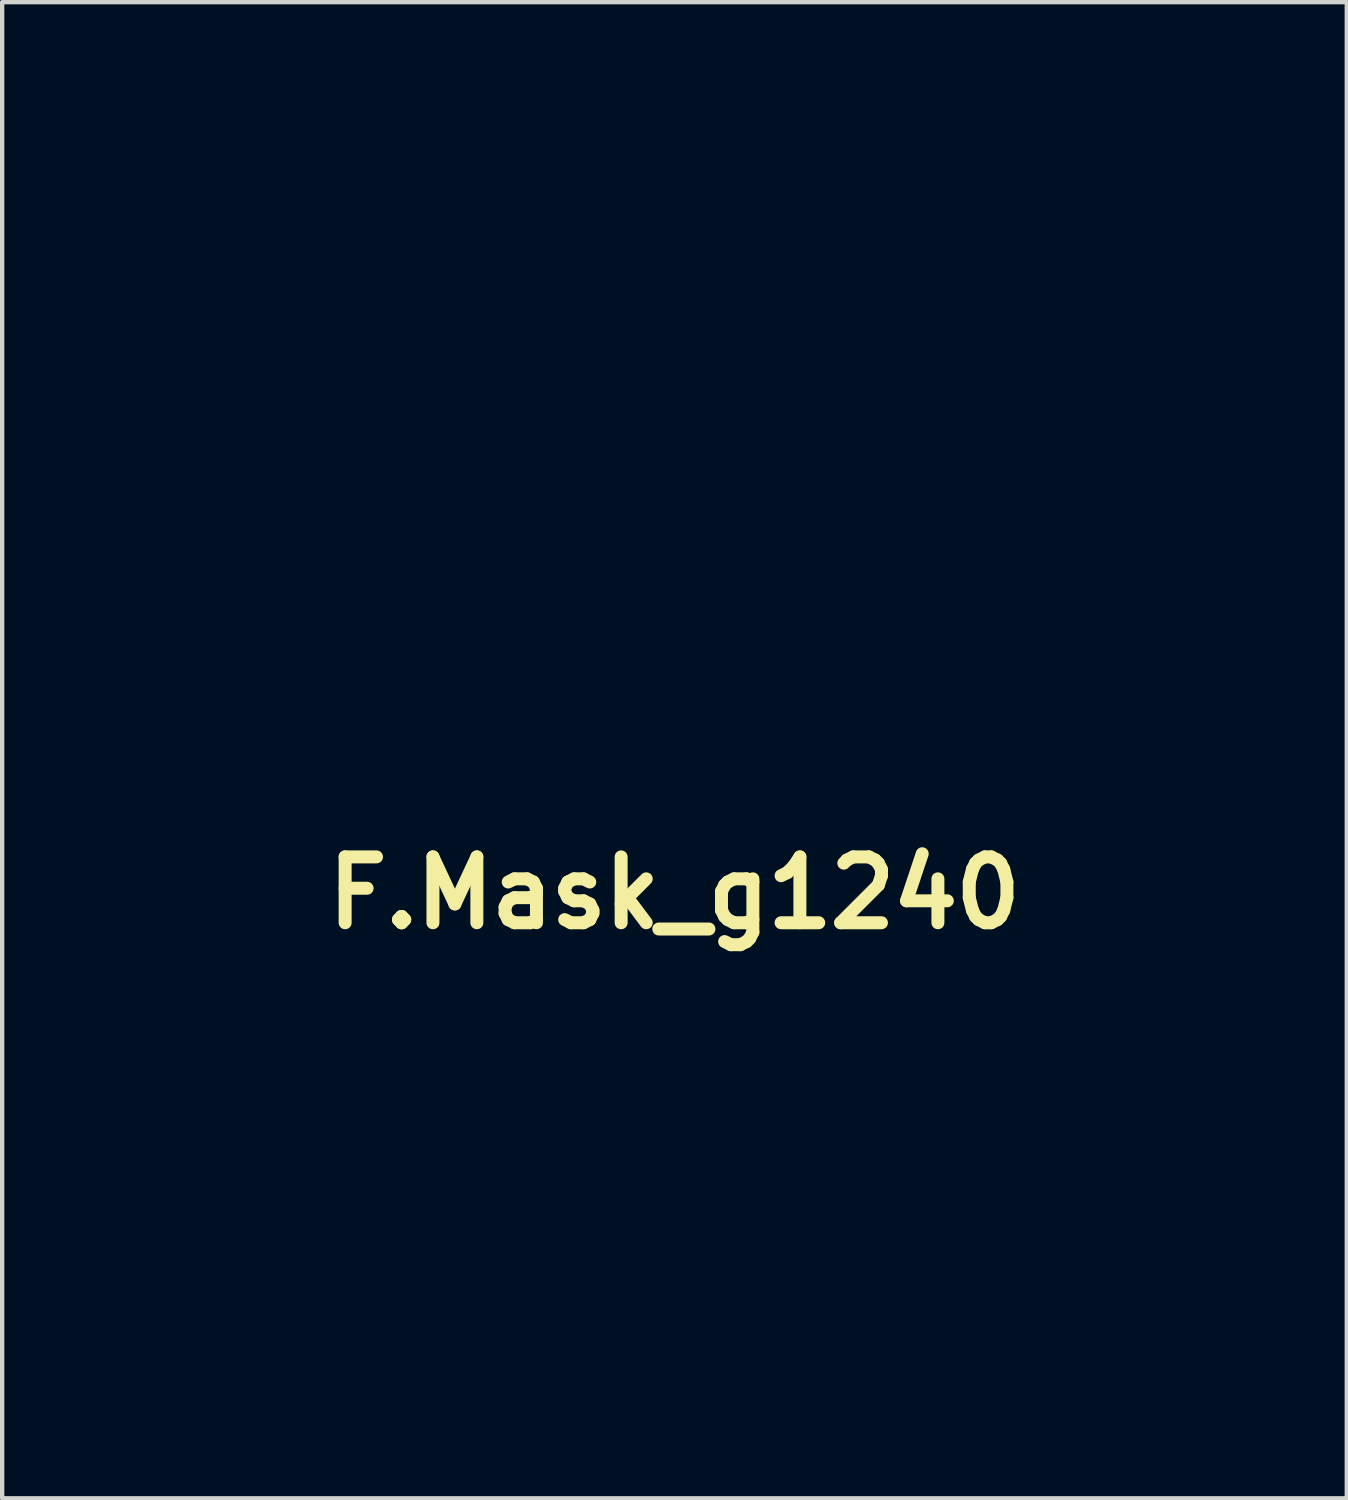
<source format=kicad_pcb>
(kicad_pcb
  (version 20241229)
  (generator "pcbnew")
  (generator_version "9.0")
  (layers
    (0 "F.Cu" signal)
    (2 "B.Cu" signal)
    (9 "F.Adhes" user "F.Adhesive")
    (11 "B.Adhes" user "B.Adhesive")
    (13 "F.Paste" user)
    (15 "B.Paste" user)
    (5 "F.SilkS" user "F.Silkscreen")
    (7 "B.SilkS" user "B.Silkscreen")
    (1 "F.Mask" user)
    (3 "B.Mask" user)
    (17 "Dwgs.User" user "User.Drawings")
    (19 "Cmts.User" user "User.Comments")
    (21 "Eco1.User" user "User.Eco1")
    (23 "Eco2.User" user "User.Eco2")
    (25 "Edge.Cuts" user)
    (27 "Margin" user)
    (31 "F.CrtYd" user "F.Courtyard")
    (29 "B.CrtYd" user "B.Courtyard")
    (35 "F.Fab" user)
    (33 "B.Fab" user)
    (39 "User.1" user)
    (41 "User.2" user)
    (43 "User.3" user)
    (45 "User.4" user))
  (footprint "F.Mask_g1240"
    (layer "F.Cu")
    (at 12.556 17.612)
    (property "Reference" "F.Mask_g1240" (at 0 0 0) (layer "F.SilkS") (effects (font (size 1.524 1.524) (thickness 0.3))))
    (attr through_hole)
    (fp_poly (pts (xy 9.099 5.47) (xy 9.109 5.477) (xy 9.11 5.504) (xy 9.102 5.562) (xy 9.088 5.641) (xy 9.078 5.694) (xy 9.061 5.778) (xy 9.038 5.894) (xy 9.012 6.031) (xy 8.983 6.178) (xy 8.955 6.326) (xy 8.953 6.338) (xy 8.926 6.473) (xy 8.901 6.592) (xy 8.878 6.689) (xy 8.859 6.759) (xy 8.845 6.795) (xy 8.843 6.798) (xy 8.801 6.811) (xy 8.747 6.815) (xy 8.702 6.808) (xy 8.692 6.802) (xy 8.682 6.772) (xy 8.679 6.733) (xy 8.683 6.689) (xy 8.693 6.613) (xy 8.71 6.511) (xy 8.731 6.389) (xy 8.755 6.255) (xy 8.781 6.114) (xy 8.807 5.974) (xy 8.834 5.84) (xy 8.858 5.719) (xy 8.88 5.617) (xy 8.897 5.542) (xy 8.909 5.498) (xy 8.912 5.491) (xy 8.946 5.473) (xy 9 5.463) (xy 9.057 5.461) (xy 9.099 5.47)) (stroke (width 0.01) (type solid)) (fill yes) (layer "F.Mask"))
    (fp_poly (pts (xy 8.299 5.474) (xy 8.333 5.484) (xy 8.422 5.536) (xy 8.501 5.618) (xy 8.56 5.715) (xy 8.591 5.816) (xy 8.594 5.851) (xy 8.588 5.904) (xy 8.566 5.93) (xy 8.539 5.94) (xy 8.464 5.942) (xy 8.409 5.908) (xy 8.377 5.839) (xy 8.374 5.821) (xy 8.344 5.728) (xy 8.286 5.667) (xy 8.2 5.635) (xy 8.134 5.63) (xy 8.02 5.642) (xy 7.931 5.682) (xy 7.857 5.756) (xy 7.83 5.796) (xy 7.767 5.919) (xy 7.72 6.059) (xy 7.691 6.205) (xy 7.682 6.345) (xy 7.695 6.468) (xy 7.714 6.53) (xy 7.768 6.611) (xy 7.844 6.662) (xy 7.933 6.684) (xy 8.026 6.676) (xy 8.116 6.637) (xy 8.192 6.568) (xy 8.205 6.55) (xy 8.28 6.453) (xy 8.347 6.395) (xy 8.411 6.372) (xy 8.423 6.371) (xy 8.474 6.38) (xy 8.501 6.401) (xy 8.498 6.441) (xy 8.474 6.502) (xy 8.435 6.575) (xy 8.385 6.647) (xy 8.37 6.666) (xy 8.278 6.746) (xy 8.16 6.806) (xy 8.029 6.843) (xy 7.896 6.853) (xy 7.776 6.834) (xy 7.761 6.828) (xy 7.653 6.767) (xy 7.571 6.671) (xy 7.514 6.542) (xy 7.482 6.379) (xy 7.478 6.33) (xy 7.482 6.146) (xy 7.518 5.972) (xy 7.583 5.814) (xy 7.673 5.678) (xy 7.787 5.569) (xy 7.895 5.505) (xy 7.983 5.478) (xy 8.091 5.463) (xy 8.203 5.462) (xy 8.299 5.474)) (stroke (width 0.01) (type solid)) (fill yes) (layer "F.Mask"))
    (fp_poly (pts (xy 10.049 5.469) (xy 10.164 5.521) (xy 10.257 5.605) (xy 10.275 5.629) (xy 10.325 5.711) (xy 10.356 5.79) (xy 10.372 5.881) (xy 10.376 5.999) (xy 10.376 6.003) (xy 10.359 6.213) (xy 10.307 6.397) (xy 10.221 6.557) (xy 10.109 6.685) (xy 10.009 6.766) (xy 9.916 6.817) (xy 9.813 6.844) (xy 9.737 6.852) (xy 9.652 6.855) (xy 9.589 6.847) (xy 9.53 6.824) (xy 9.504 6.811) (xy 9.4 6.733) (xy 9.323 6.625) (xy 9.275 6.487) (xy 9.253 6.317) (xy 9.253 6.283) (xy 9.449 6.283) (xy 9.453 6.392) (xy 9.484 6.511) (xy 9.541 6.602) (xy 9.618 6.661) (xy 9.71 6.686) (xy 9.814 6.672) (xy 9.848 6.66) (xy 9.941 6.599) (xy 10.023 6.502) (xy 10.088 6.382) (xy 10.118 6.31) (xy 10.137 6.239) (xy 10.149 6.155) (xy 10.156 6.042) (xy 10.155 5.895) (xy 10.138 5.784) (xy 10.099 5.705) (xy 10.037 5.655) (xy 9.949 5.63) (xy 9.831 5.626) (xy 9.816 5.627) (xy 9.756 5.647) (xy 9.687 5.696) (xy 9.619 5.765) (xy 9.56 5.843) (xy 9.528 5.902) (xy 9.49 6.018) (xy 9.462 6.151) (xy 9.449 6.283) (xy 9.253 6.283) (xy 9.254 6.191) (xy 9.26 6.088) (xy 9.272 6.01) (xy 9.293 5.942) (xy 9.326 5.868) (xy 9.329 5.861) (xy 9.404 5.728) (xy 9.482 5.628) (xy 9.571 5.553) (xy 9.645 5.511) (xy 9.783 5.463) (xy 9.92 5.449) (xy 10.049 5.469)) (stroke (width 0.01) (type solid)) (fill yes) (layer "F.Mask"))
    (fp_poly (pts (xy 2.434 5.525) (xy 2.43 5.561) (xy 2.414 5.587) (xy 2.38 5.605) (xy 2.322 5.615) (xy 2.235 5.62) (xy 2.113 5.62) (xy 2.079 5.62) (xy 1.977 5.62) (xy 1.89 5.622) (xy 1.827 5.626) (xy 1.797 5.632) (xy 1.797 5.632) (xy 1.784 5.656) (xy 1.767 5.711) (xy 1.746 5.785) (xy 1.726 5.868) (xy 1.709 5.948) (xy 1.698 6.014) (xy 1.694 6.048) (xy 1.707 6.06) (xy 1.75 6.068) (xy 1.827 6.075) (xy 1.942 6.079) (xy 1.963 6.079) (xy 2.075 6.082) (xy 2.15 6.086) (xy 2.198 6.092) (xy 2.224 6.101) (xy 2.235 6.114) (xy 2.238 6.128) (xy 2.24 6.168) (xy 2.228 6.197) (xy 2.198 6.216) (xy 2.143 6.228) (xy 2.058 6.236) (xy 1.937 6.24) (xy 1.927 6.241) (xy 1.814 6.243) (xy 1.736 6.246) (xy 1.685 6.256) (xy 1.654 6.278) (xy 1.636 6.319) (xy 1.624 6.384) (xy 1.611 6.478) (xy 1.609 6.488) (xy 1.596 6.572) (xy 1.584 6.648) (xy 1.576 6.697) (xy 1.561 6.752) (xy 1.542 6.787) (xy 1.508 6.805) (xy 1.453 6.814) (xy 1.395 6.814) (xy 1.353 6.803) (xy 1.344 6.795) (xy 1.343 6.761) (xy 1.352 6.736) (xy 1.361 6.706) (xy 1.375 6.639) (xy 1.393 6.543) (xy 1.414 6.422) (xy 1.437 6.284) (xy 1.461 6.138) (xy 1.486 5.986) (xy 1.509 5.846) (xy 1.531 5.724) (xy 1.55 5.625) (xy 1.565 5.556) (xy 1.574 5.524) (xy 1.599 5.472) (xy 2.016 5.466) (xy 2.434 5.46) (xy 2.434 5.525)) (stroke (width 0.01) (type solid)) (fill yes) (layer "F.Mask"))
    (fp_poly (pts (xy 3.583 5.463) (xy 3.608 5.473) (xy 3.611 5.498) (xy 3.607 5.519) (xy 3.6 5.557) (xy 3.587 5.629) (xy 3.569 5.729) (xy 3.548 5.85) (xy 3.524 5.984) (xy 3.515 6.038) (xy 3.485 6.2) (xy 3.46 6.327) (xy 3.438 6.424) (xy 3.418 6.497) (xy 3.398 6.551) (xy 3.377 6.594) (xy 3.376 6.595) (xy 3.293 6.698) (xy 3.182 6.778) (xy 3.053 6.832) (xy 2.917 6.856) (xy 2.783 6.846) (xy 2.752 6.838) (xy 2.629 6.786) (xy 2.539 6.712) (xy 2.481 6.614) (xy 2.453 6.489) (xy 2.454 6.335) (xy 2.458 6.295) (xy 2.47 6.21) (xy 2.487 6.104) (xy 2.507 5.986) (xy 2.529 5.864) (xy 2.551 5.747) (xy 2.571 5.644) (xy 2.589 5.564) (xy 2.602 5.515) (xy 2.604 5.509) (xy 2.626 5.477) (xy 2.667 5.463) (xy 2.71 5.461) (xy 2.774 5.468) (xy 2.806 5.488) (xy 2.807 5.49) (xy 2.806 5.519) (xy 2.799 5.583) (xy 2.786 5.675) (xy 2.768 5.787) (xy 2.746 5.914) (xy 2.742 5.932) (xy 2.711 6.105) (xy 2.689 6.242) (xy 2.675 6.348) (xy 2.669 6.429) (xy 2.672 6.49) (xy 2.682 6.536) (xy 2.701 6.574) (xy 2.726 6.606) (xy 2.803 6.662) (xy 2.896 6.685) (xy 2.995 6.673) (xy 3.048 6.651) (xy 3.112 6.608) (xy 3.162 6.555) (xy 3.203 6.483) (xy 3.238 6.388) (xy 3.269 6.261) (xy 3.291 6.149) (xy 3.313 6.024) (xy 3.334 5.897) (xy 3.352 5.782) (xy 3.364 5.693) (xy 3.365 5.686) (xy 3.378 5.603) (xy 3.393 5.535) (xy 3.408 5.494) (xy 3.41 5.49) (xy 3.446 5.471) (xy 3.506 5.462) (xy 3.526 5.461) (xy 3.583 5.463)) (stroke (width 0.01) (type solid)) (fill yes) (layer "F.Mask"))
    (fp_poly (pts (xy 6.962 5.462) (xy 6.984 5.469) (xy 7.003 5.486) (xy 7.02 5.52) (xy 7.038 5.575) (xy 7.06 5.656) (xy 7.086 5.769) (xy 7.112 5.884) (xy 7.133 5.979) (xy 7.157 6.093) (xy 7.182 6.218) (xy 7.207 6.347) (xy 7.23 6.472) (xy 7.251 6.585) (xy 7.267 6.679) (xy 7.278 6.746) (xy 7.281 6.778) (xy 7.262 6.788) (xy 7.215 6.794) (xy 7.187 6.795) (xy 7.148 6.795) (xy 7.121 6.793) (xy 7.101 6.782) (xy 7.085 6.754) (xy 7.069 6.704) (xy 7.048 6.626) (xy 7.025 6.535) (xy 7.005 6.456) (xy 6.5 6.456) (xy 6.399 6.625) (xy 6.298 6.795) (xy 6.195 6.795) (xy 6.13 6.791) (xy 6.102 6.779) (xy 6.102 6.768) (xy 6.119 6.732) (xy 6.154 6.666) (xy 6.203 6.577) (xy 6.263 6.468) (xy 6.332 6.345) (xy 6.375 6.269) (xy 6.586 6.269) (xy 6.602 6.276) (xy 6.649 6.282) (xy 6.716 6.285) (xy 6.792 6.286) (xy 6.866 6.285) (xy 6.927 6.281) (xy 6.964 6.274) (xy 6.97 6.271) (xy 6.97 6.244) (xy 6.963 6.187) (xy 6.952 6.111) (xy 6.937 6.024) (xy 6.92 5.938) (xy 6.904 5.862) (xy 6.89 5.806) (xy 6.881 5.779) (xy 6.879 5.779) (xy 6.865 5.796) (xy 6.835 5.841) (xy 6.794 5.907) (xy 6.747 5.985) (xy 6.698 6.068) (xy 6.652 6.146) (xy 6.615 6.212) (xy 6.591 6.258) (xy 6.586 6.269) (xy 6.375 6.269) (xy 6.406 6.214) (xy 6.482 6.079) (xy 6.558 5.946) (xy 6.63 5.821) (xy 6.696 5.708) (xy 6.752 5.614) (xy 6.795 5.542) (xy 6.823 5.498) (xy 6.831 5.487) (xy 6.877 5.469) (xy 6.934 5.461) (xy 6.962 5.462)) (stroke (width 0.01) (type solid)) (fill yes) (layer "F.Mask"))
    (fp_poly (pts (xy -1.882 7.621) (xy -1.863 7.628) (xy -1.847 7.645) (xy -1.834 7.673) (xy -1.823 7.715) (xy -1.815 7.775) (xy -1.809 7.854) (xy -1.804 7.956) (xy -1.802 8.083) (xy -1.8 8.239) (xy -1.799 8.426) (xy -1.799 8.647) (xy -1.799 8.906) (xy -1.799 9.182) (xy -1.799 9.468) (xy -1.799 9.716) (xy -1.799 9.926) (xy -1.798 10.104) (xy -1.797 10.25) (xy -1.796 10.37) (xy -1.794 10.464) (xy -1.791 10.538) (xy -1.788 10.592) (xy -1.784 10.631) (xy -1.779 10.657) (xy -1.774 10.673) (xy -1.767 10.682) (xy -1.759 10.688) (xy -1.758 10.688) (xy -1.725 10.695) (xy -1.651 10.7) (xy -1.538 10.704) (xy -1.388 10.707) (xy -1.203 10.709) (xy -0.984 10.71) (xy -0.922 10.71) (xy -0.126 10.71) (xy -0.102 10.763) (xy -0.09 10.839) (xy -0.098 10.885) (xy -0.118 10.954) (xy -1.114 10.959) (xy -1.315 10.96) (xy -1.503 10.96) (xy -1.674 10.96) (xy -1.824 10.959) (xy -1.948 10.957) (xy -2.042 10.955) (xy -2.102 10.953) (xy -2.124 10.95) (xy -2.126 10.927) (xy -2.128 10.865) (xy -2.13 10.768) (xy -2.132 10.637) (xy -2.133 10.478) (xy -2.135 10.292) (xy -2.136 10.083) (xy -2.137 9.856) (xy -2.138 9.611) (xy -2.138 9.354) (xy -2.138 9.3) (xy -2.138 8.998) (xy -2.138 8.736) (xy -2.137 8.51) (xy -2.137 8.319) (xy -2.136 8.158) (xy -2.135 8.026) (xy -2.133 7.919) (xy -2.131 7.834) (xy -2.128 7.77) (xy -2.125 7.722) (xy -2.121 7.689) (xy -2.116 7.667) (xy -2.11 7.654) (xy -2.103 7.646) (xy -2.097 7.642) (xy -2.05 7.628) (xy -1.984 7.621) (xy -1.963 7.62) (xy -1.932 7.619) (xy -1.905 7.618) (xy -1.882 7.621)) (stroke (width 0.01) (type solid)) (fill yes) (layer "F.Mask"))
    (fp_poly (pts (xy 5.425 5.464) (xy 5.462 5.465) (xy 5.573 5.47) (xy 5.654 5.477) (xy 5.715 5.488) (xy 5.769 5.506) (xy 5.827 5.533) (xy 5.833 5.536) (xy 5.923 5.591) (xy 5.986 5.654) (xy 6.026 5.735) (xy 6.047 5.84) (xy 6.053 5.978) (xy 6.038 6.189) (xy 5.994 6.37) (xy 5.919 6.521) (xy 5.815 6.644) (xy 5.68 6.737) (xy 5.641 6.756) (xy 5.584 6.778) (xy 5.523 6.793) (xy 5.447 6.803) (xy 5.345 6.809) (xy 5.281 6.811) (xy 5.164 6.813) (xy 5.083 6.812) (xy 5.028 6.805) (xy 4.994 6.794) (xy 4.986 6.788) (xy 4.967 6.772) (xy 4.957 6.753) (xy 4.956 6.72) (xy 4.962 6.666) (xy 4.969 6.629) (xy 5.199 6.629) (xy 5.23 6.644) (xy 5.29 6.648) (xy 5.366 6.642) (xy 5.447 6.626) (xy 5.521 6.603) (xy 5.535 6.597) (xy 5.647 6.525) (xy 5.744 6.427) (xy 5.813 6.316) (xy 5.815 6.309) (xy 5.832 6.251) (xy 5.847 6.167) (xy 5.857 6.075) (xy 5.858 6.063) (xy 5.857 5.916) (xy 5.833 5.802) (xy 5.782 5.718) (xy 5.703 5.66) (xy 5.593 5.625) (xy 5.552 5.619) (xy 5.461 5.613) (xy 5.401 5.63) (xy 5.365 5.674) (xy 5.346 5.749) (xy 5.345 5.751) (xy 5.337 5.805) (xy 5.321 5.892) (xy 5.302 6.002) (xy 5.279 6.126) (xy 5.259 6.232) (xy 5.237 6.354) (xy 5.219 6.461) (xy 5.206 6.547) (xy 5.199 6.606) (xy 5.199 6.629) (xy 4.969 6.629) (xy 4.977 6.582) (xy 4.981 6.559) (xy 4.997 6.474) (xy 5.018 6.358) (xy 5.042 6.222) (xy 5.068 6.076) (xy 5.093 5.937) (xy 5.117 5.807) (xy 5.14 5.69) (xy 5.161 5.594) (xy 5.179 5.524) (xy 5.191 5.488) (xy 5.192 5.485) (xy 5.213 5.472) (xy 5.255 5.465) (xy 5.323 5.462) (xy 5.425 5.464)) (stroke (width 0.01) (type solid)) (fill yes) (layer "F.Mask"))
    (fp_poly (pts (xy 4.863 5.472) (xy 4.891 5.49) (xy 4.892 5.503) (xy 4.887 5.532) (xy 4.875 5.596) (xy 4.858 5.691) (xy 4.837 5.812) (xy 4.813 5.952) (xy 4.786 6.106) (xy 4.779 6.149) (xy 4.751 6.306) (xy 4.725 6.45) (xy 4.701 6.575) (xy 4.68 6.676) (xy 4.664 6.749) (xy 4.653 6.786) (xy 4.652 6.789) (xy 4.613 6.809) (xy 4.554 6.815) (xy 4.493 6.806) (xy 4.469 6.796) (xy 4.45 6.772) (xy 4.416 6.715) (xy 4.371 6.63) (xy 4.317 6.524) (xy 4.257 6.401) (xy 4.213 6.309) (xy 4.152 6.18) (xy 4.097 6.065) (xy 4.051 5.97) (xy 4.015 5.899) (xy 3.993 5.857) (xy 3.987 5.848) (xy 3.979 5.873) (xy 3.964 5.934) (xy 3.945 6.024) (xy 3.922 6.139) (xy 3.897 6.271) (xy 3.871 6.415) (xy 3.862 6.464) (xy 3.842 6.572) (xy 3.822 6.667) (xy 3.804 6.739) (xy 3.79 6.781) (xy 3.787 6.787) (xy 3.751 6.805) (xy 3.694 6.815) (xy 3.678 6.816) (xy 3.593 6.816) (xy 3.607 6.736) (xy 3.614 6.695) (xy 3.628 6.618) (xy 3.646 6.512) (xy 3.668 6.383) (xy 3.693 6.237) (xy 3.719 6.08) (xy 3.722 6.064) (xy 3.822 5.472) (xy 3.918 5.465) (xy 3.989 5.467) (xy 4.034 5.485) (xy 4.047 5.497) (xy 4.065 5.527) (xy 4.097 5.589) (xy 4.142 5.677) (xy 4.195 5.787) (xy 4.254 5.911) (xy 4.288 5.985) (xy 4.347 6.111) (xy 4.401 6.222) (xy 4.447 6.313) (xy 4.482 6.378) (xy 4.504 6.414) (xy 4.51 6.419) (xy 4.517 6.394) (xy 4.53 6.334) (xy 4.547 6.245) (xy 4.566 6.133) (xy 4.587 6.005) (xy 4.593 5.969) (xy 4.615 5.836) (xy 4.636 5.716) (xy 4.654 5.616) (xy 4.67 5.542) (xy 4.68 5.501) (xy 4.682 5.497) (xy 4.711 5.475) (xy 4.76 5.464) (xy 4.815 5.463) (xy 4.863 5.472)) (stroke (width 0.01) (type solid)) (fill yes) (layer "F.Mask"))
    (fp_poly (pts (xy 11.756 5.463) (xy 11.782 5.472) (xy 11.786 5.493) (xy 11.783 5.509) (xy 11.777 5.541) (xy 11.764 5.61) (xy 11.747 5.709) (xy 11.726 5.832) (xy 11.702 5.973) (xy 11.676 6.126) (xy 11.674 6.138) (xy 11.648 6.292) (xy 11.623 6.435) (xy 11.6 6.559) (xy 11.581 6.66) (xy 11.566 6.731) (xy 11.557 6.767) (xy 11.557 6.768) (xy 11.531 6.802) (xy 11.484 6.815) (xy 11.461 6.816) (xy 11.385 6.801) (xy 11.343 6.768) (xy 11.321 6.734) (xy 11.285 6.669) (xy 11.239 6.579) (xy 11.185 6.472) (xy 11.128 6.354) (xy 11.126 6.35) (xy 11.069 6.229) (xy 11.015 6.116) (xy 10.967 6.018) (xy 10.931 5.943) (xy 10.909 5.9) (xy 10.868 5.82) (xy 10.798 6.249) (xy 10.776 6.384) (xy 10.755 6.508) (xy 10.735 6.614) (xy 10.72 6.695) (xy 10.709 6.743) (xy 10.707 6.747) (xy 10.69 6.79) (xy 10.665 6.81) (xy 10.616 6.815) (xy 10.594 6.816) (xy 10.534 6.811) (xy 10.495 6.8) (xy 10.488 6.795) (xy 10.485 6.759) (xy 10.488 6.752) (xy 10.495 6.727) (xy 10.508 6.665) (xy 10.525 6.572) (xy 10.547 6.453) (xy 10.571 6.315) (xy 10.598 6.161) (xy 10.605 6.116) (xy 10.632 5.959) (xy 10.657 5.816) (xy 10.68 5.691) (xy 10.698 5.591) (xy 10.712 5.52) (xy 10.721 5.484) (xy 10.722 5.481) (xy 10.751 5.467) (xy 10.804 5.462) (xy 10.864 5.465) (xy 10.913 5.478) (xy 10.919 5.48) (xy 10.937 5.504) (xy 10.971 5.561) (xy 11.016 5.645) (xy 11.07 5.752) (xy 11.13 5.874) (xy 11.175 5.967) (xy 11.236 6.096) (xy 11.291 6.211) (xy 11.338 6.306) (xy 11.373 6.377) (xy 11.396 6.419) (xy 11.402 6.427) (xy 11.408 6.405) (xy 11.419 6.347) (xy 11.436 6.261) (xy 11.455 6.151) (xy 11.477 6.025) (xy 11.484 5.988) (xy 11.507 5.855) (xy 11.529 5.734) (xy 11.549 5.632) (xy 11.566 5.556) (xy 11.577 5.513) (xy 11.578 5.509) (xy 11.598 5.478) (xy 11.634 5.464) (xy 11.696 5.461) (xy 11.756 5.463)) (stroke (width 0.01) (type solid)) (fill yes) (layer "F.Mask"))
    (fp_poly (pts (xy 1.531 7.553) (xy 1.676 7.562) (xy 1.805 7.579) (xy 1.836 7.585) (xy 2.026 7.639) (xy 2.192 7.719) (xy 2.345 7.83) (xy 2.435 7.914) (xy 2.552 8.049) (xy 2.648 8.197) (xy 2.725 8.364) (xy 2.784 8.556) (xy 2.829 8.778) (xy 2.857 8.994) (xy 2.87 9.209) (xy 2.865 9.436) (xy 2.844 9.664) (xy 2.809 9.884) (xy 2.76 10.085) (xy 2.699 10.257) (xy 2.682 10.294) (xy 2.565 10.493) (xy 2.419 10.662) (xy 2.247 10.799) (xy 2.052 10.901) (xy 1.835 10.968) (xy 1.729 10.986) (xy 1.639 10.996) (xy 1.569 11.002) (xy 1.503 11.001) (xy 1.425 10.995) (xy 1.329 10.985) (xy 1.086 10.937) (xy 0.867 10.856) (xy 0.674 10.742) (xy 0.508 10.596) (xy 0.371 10.42) (xy 0.264 10.215) (xy 0.189 9.981) (xy 0.184 9.959) (xy 0.169 9.871) (xy 0.157 9.75) (xy 0.146 9.604) (xy 0.139 9.445) (xy 0.134 9.28) (xy 0.133 9.246) (xy 0.435 9.246) (xy 0.438 9.438) (xy 0.444 9.504) (xy 0.482 9.773) (xy 0.537 10.005) (xy 0.612 10.201) (xy 0.707 10.364) (xy 0.823 10.495) (xy 0.961 10.597) (xy 1.124 10.67) (xy 1.223 10.699) (xy 1.394 10.725) (xy 1.576 10.727) (xy 1.717 10.71) (xy 1.899 10.656) (xy 2.063 10.564) (xy 2.204 10.438) (xy 2.324 10.278) (xy 2.418 10.087) (xy 2.468 9.938) (xy 2.485 9.853) (xy 2.498 9.734) (xy 2.508 9.592) (xy 2.514 9.434) (xy 2.517 9.269) (xy 2.515 9.107) (xy 2.51 8.956) (xy 2.5 8.825) (xy 2.489 8.742) (xy 2.433 8.517) (xy 2.349 8.323) (xy 2.237 8.158) (xy 2.099 8.026) (xy 1.937 7.927) (xy 1.752 7.862) (xy 1.545 7.833) (xy 1.482 7.832) (xy 1.273 7.85) (xy 1.083 7.904) (xy 0.915 7.992) (xy 0.772 8.112) (xy 0.656 8.263) (xy 0.62 8.327) (xy 0.561 8.47) (xy 0.512 8.643) (xy 0.473 8.838) (xy 0.447 9.042) (xy 0.435 9.246) (xy 0.133 9.246) (xy 0.132 9.119) (xy 0.134 8.971) (xy 0.139 8.846) (xy 0.148 8.752) (xy 0.148 8.751) (xy 0.203 8.513) (xy 0.289 8.293) (xy 0.405 8.094) (xy 0.546 7.921) (xy 0.711 7.776) (xy 0.896 7.664) (xy 1.098 7.588) (xy 1.143 7.576) (xy 1.25 7.56) (xy 1.384 7.553) (xy 1.531 7.553)) (stroke (width 0.01) (type solid)) (fill yes) (layer "F.Mask"))
    (fp_poly (pts (xy 7.874 7.62) (xy 8.102 7.622) (xy 8.292 7.624) (xy 8.444 7.627) (xy 8.556 7.631) (xy 8.628 7.636) (xy 8.659 7.642) (xy 8.687 7.671) (xy 8.699 7.723) (xy 8.7 7.754) (xy 8.694 7.816) (xy 8.68 7.862) (xy 8.674 7.87) (xy 8.656 7.877) (xy 8.614 7.882) (xy 8.545 7.887) (xy 8.447 7.89) (xy 8.317 7.892) (xy 8.152 7.894) (xy 7.949 7.895) (xy 7.779 7.895) (xy 7.547 7.896) (xy 7.356 7.897) (xy 7.201 7.898) (xy 7.08 7.901) (xy 6.99 7.905) (xy 6.93 7.91) (xy 6.894 7.916) (xy 6.883 7.921) (xy 6.875 7.943) (xy 6.868 7.992) (xy 6.864 8.072) (xy 6.86 8.185) (xy 6.858 8.335) (xy 6.858 8.498) (xy 6.859 8.683) (xy 6.861 8.828) (xy 6.864 8.937) (xy 6.869 9.013) (xy 6.876 9.058) (xy 6.883 9.076) (xy 6.903 9.084) (xy 6.947 9.089) (xy 7.019 9.094) (xy 7.122 9.098) (xy 7.258 9.1) (xy 7.43 9.101) (xy 7.642 9.102) (xy 7.652 9.102) (xy 7.859 9.102) (xy 8.028 9.102) (xy 8.163 9.104) (xy 8.267 9.108) (xy 8.344 9.114) (xy 8.399 9.124) (xy 8.435 9.137) (xy 8.457 9.154) (xy 8.468 9.176) (xy 8.472 9.205) (xy 8.473 9.233) (xy 8.474 9.27) (xy 8.472 9.3) (xy 8.464 9.323) (xy 8.445 9.341) (xy 8.411 9.355) (xy 8.359 9.365) (xy 8.285 9.371) (xy 8.184 9.375) (xy 8.053 9.376) (xy 7.888 9.377) (xy 7.685 9.377) (xy 7.664 9.377) (xy 7.449 9.377) (xy 7.273 9.379) (xy 7.134 9.381) (xy 7.028 9.384) (xy 6.953 9.389) (xy 6.906 9.394) (xy 6.884 9.401) (xy 6.883 9.402) (xy 6.875 9.431) (xy 6.869 9.494) (xy 6.864 9.587) (xy 6.86 9.702) (xy 6.857 9.834) (xy 6.856 9.974) (xy 6.856 10.118) (xy 6.858 10.258) (xy 6.86 10.389) (xy 6.864 10.503) (xy 6.87 10.594) (xy 6.876 10.656) (xy 6.884 10.683) (xy 6.884 10.683) (xy 6.911 10.687) (xy 6.975 10.691) (xy 7.072 10.695) (xy 7.198 10.699) (xy 7.348 10.703) (xy 7.518 10.706) (xy 7.702 10.709) (xy 7.799 10.71) (xy 8.688 10.721) (xy 8.708 10.779) (xy 8.716 10.863) (xy 8.708 10.896) (xy 8.688 10.954) (xy 7.629 10.959) (xy 7.375 10.96) (xy 7.161 10.961) (xy 6.984 10.96) (xy 6.841 10.959) (xy 6.729 10.957) (xy 6.646 10.953) (xy 6.59 10.949) (xy 6.556 10.944) (xy 6.545 10.939) (xy 6.54 10.924) (xy 6.536 10.889) (xy 6.532 10.831) (xy 6.529 10.748) (xy 6.526 10.638) (xy 6.524 10.499) (xy 6.522 10.329) (xy 6.521 10.125) (xy 6.52 9.885) (xy 6.519 9.607) (xy 6.519 9.289) (xy 6.519 9.289) (xy 6.519 8.988) (xy 6.519 8.727) (xy 6.52 8.502) (xy 6.52 8.312) (xy 6.521 8.152) (xy 6.522 8.021) (xy 6.524 7.915) (xy 6.526 7.831) (xy 6.529 7.767) (xy 6.532 7.721) (xy 6.537 7.688) (xy 6.542 7.666) (xy 6.547 7.653) (xy 6.554 7.646) (xy 6.56 7.642) (xy 6.593 7.636) (xy 6.667 7.631) (xy 6.781 7.627) (xy 6.934 7.624) (xy 7.126 7.622) (xy 7.356 7.62) (xy 7.609 7.62) (xy 7.874 7.62)) (stroke (width 0.01) (type solid)) (fill yes) (layer "F.Mask"))
    (fp_poly (pts (xy 4.079 7.623) (xy 4.285 7.624) (xy 4.326 7.625) (xy 4.516 7.628) (xy 4.669 7.63) (xy 4.79 7.633) (xy 4.885 7.637) (xy 4.959 7.642) (xy 5.017 7.649) (xy 5.064 7.657) (xy 5.106 7.668) (xy 5.147 7.68) (xy 5.318 7.756) (xy 5.464 7.86) (xy 5.583 7.987) (xy 5.672 8.131) (xy 5.729 8.289) (xy 5.754 8.454) (xy 5.742 8.623) (xy 5.694 8.789) (xy 5.626 8.917) (xy 5.569 8.989) (xy 5.49 9.065) (xy 5.426 9.115) (xy 5.363 9.161) (xy 5.316 9.198) (xy 5.293 9.218) (xy 5.292 9.22) (xy 5.309 9.233) (xy 5.354 9.258) (xy 5.402 9.284) (xy 5.501 9.347) (xy 5.604 9.435) (xy 5.698 9.534) (xy 5.771 9.634) (xy 5.797 9.682) (xy 5.857 9.858) (xy 5.876 10.043) (xy 5.854 10.23) (xy 5.792 10.417) (xy 5.777 10.45) (xy 5.678 10.61) (xy 5.551 10.738) (xy 5.395 10.837) (xy 5.209 10.905) (xy 5.086 10.931) (xy 4.937 10.95) (xy 4.752 10.963) (xy 4.536 10.971) (xy 4.296 10.973) (xy 4.037 10.969) (xy 3.937 10.966) (xy 3.567 10.954) (xy 3.565 10.376) (xy 3.898 10.376) (xy 3.9 10.495) (xy 3.902 10.582) (xy 3.906 10.642) (xy 3.912 10.678) (xy 3.92 10.694) (xy 3.921 10.694) (xy 3.951 10.7) (xy 4.016 10.704) (xy 4.109 10.706) (xy 4.223 10.706) (xy 4.35 10.704) (xy 4.483 10.7) (xy 4.616 10.696) (xy 4.739 10.69) (xy 4.848 10.683) (xy 4.933 10.675) (xy 4.984 10.668) (xy 5.15 10.618) (xy 5.29 10.539) (xy 5.4 10.435) (xy 5.477 10.309) (xy 5.492 10.27) (xy 5.509 10.196) (xy 5.521 10.1) (xy 5.524 10.013) (xy 5.507 9.849) (xy 5.455 9.708) (xy 5.369 9.593) (xy 5.248 9.501) (xy 5.093 9.435) (xy 5.091 9.434) (xy 5.041 9.419) (xy 4.993 9.408) (xy 4.94 9.4) (xy 4.875 9.394) (xy 4.792 9.39) (xy 4.685 9.388) (xy 4.547 9.388) (xy 4.424 9.387) (xy 3.905 9.387) (xy 3.9 10.032) (xy 3.898 10.223) (xy 3.898 10.376) (xy 3.565 10.376) (xy 3.558 8.497) (xy 3.895 8.497) (xy 3.895 8.649) (xy 3.897 8.788) (xy 3.899 8.907) (xy 3.902 9) (xy 3.906 9.063) (xy 3.91 9.089) (xy 3.911 9.089) (xy 3.937 9.095) (xy 3.998 9.098) (xy 4.088 9.099) (xy 4.198 9.099) (xy 4.322 9.097) (xy 4.452 9.093) (xy 4.582 9.089) (xy 4.703 9.083) (xy 4.81 9.076) (xy 4.894 9.069) (xy 4.949 9.062) (xy 4.956 9.06) (xy 5.031 9.035) (xy 5.116 8.996) (xy 5.167 8.968) (xy 5.241 8.917) (xy 5.294 8.859) (xy 5.342 8.778) (xy 5.344 8.775) (xy 5.379 8.699) (xy 5.399 8.633) (xy 5.406 8.558) (xy 5.407 8.489) (xy 5.396 8.351) (xy 5.36 8.24) (xy 5.294 8.144) (xy 5.236 8.086) (xy 5.144 8.018) (xy 5.041 7.969) (xy 4.916 7.936) (xy 4.793 7.917) (xy 4.709 7.91) (xy 4.603 7.904) (xy 4.483 7.9) (xy 4.357 7.897) (xy 4.233 7.895) (xy 4.12 7.896) (xy 4.025 7.898) (xy 3.958 7.903) (xy 3.928 7.908) (xy 3.918 7.916) (xy 3.91 7.935) (xy 3.904 7.968) (xy 3.9 8.022) (xy 3.897 8.1) (xy 3.896 8.207) (xy 3.895 8.348) (xy 3.895 8.497) (xy 3.558 8.497) (xy 3.556 7.664) (xy 3.6 7.64) (xy 3.63 7.633) (xy 3.691 7.627) (xy 3.785 7.624) (xy 3.913 7.622) (xy 4.079 7.623)) (stroke (width 0.01) (type solid)) (fill yes) (layer "F.Mask"))
    (fp_poly (pts (xy 9.79 7.622) (xy 9.962 7.624) (xy 10.072 7.626) (xy 10.279 7.628) (xy 10.45 7.632) (xy 10.589 7.636) (xy 10.701 7.642) (xy 10.791 7.651) (xy 10.866 7.662) (xy 10.929 7.677) (xy 10.987 7.697) (xy 11.044 7.721) (xy 11.104 7.75) (xy 11.201 7.809) (xy 11.303 7.891) (xy 11.396 7.982) (xy 11.468 8.071) (xy 11.483 8.094) (xy 11.571 8.282) (xy 11.618 8.473) (xy 11.625 8.662) (xy 11.595 8.846) (xy 11.527 9.02) (xy 11.424 9.18) (xy 11.285 9.322) (xy 11.115 9.44) (xy 11.045 9.48) (xy 10.988 9.515) (xy 10.955 9.535) (xy 10.954 9.536) (xy 10.95 9.547) (xy 10.956 9.572) (xy 10.975 9.614) (xy 11.007 9.675) (xy 11.054 9.758) (xy 11.119 9.867) (xy 11.202 10.005) (xy 11.307 10.175) (xy 11.336 10.222) (xy 11.43 10.375) (xy 11.516 10.517) (xy 11.592 10.645) (xy 11.656 10.754) (xy 11.705 10.84) (xy 11.736 10.899) (xy 11.747 10.926) (xy 11.748 10.926) (xy 11.742 10.947) (xy 11.719 10.959) (xy 11.669 10.964) (xy 11.612 10.964) (xy 11.517 10.957) (xy 11.442 10.931) (xy 11.378 10.88) (xy 11.316 10.798) (xy 11.279 10.736) (xy 11.239 10.667) (xy 11.185 10.576) (xy 11.12 10.467) (xy 11.047 10.347) (xy 10.97 10.221) (xy 10.893 10.095) (xy 10.818 9.974) (xy 10.75 9.864) (xy 10.691 9.771) (xy 10.646 9.7) (xy 10.617 9.656) (xy 10.609 9.647) (xy 10.595 9.634) (xy 10.572 9.625) (xy 10.536 9.619) (xy 10.48 9.614) (xy 10.399 9.611) (xy 10.288 9.61) (xy 10.141 9.61) (xy 10.115 9.61) (xy 9.964 9.61) (xy 9.85 9.611) (xy 9.766 9.613) (xy 9.709 9.616) (xy 9.672 9.622) (xy 9.65 9.63) (xy 9.637 9.642) (xy 9.63 9.654) (xy 9.622 9.688) (xy 9.616 9.757) (xy 9.613 9.863) (xy 9.611 10.008) (xy 9.611 10.193) (xy 9.612 10.305) (xy 9.613 10.462) (xy 9.613 10.606) (xy 9.612 10.731) (xy 9.61 10.831) (xy 9.607 10.901) (xy 9.603 10.936) (xy 9.602 10.938) (xy 9.572 10.953) (xy 9.515 10.962) (xy 9.444 10.965) (xy 9.375 10.961) (xy 9.321 10.951) (xy 9.299 10.938) (xy 9.296 10.913) (xy 9.293 10.849) (xy 9.291 10.749) (xy 9.288 10.617) (xy 9.286 10.456) (xy 9.284 10.27) (xy 9.283 10.06) (xy 9.282 9.832) (xy 9.281 9.588) (xy 9.28 9.332) (xy 9.28 9.304) (xy 9.28 9.005) (xy 9.28 8.745) (xy 9.28 8.673) (xy 9.607 8.673) (xy 9.608 8.819) (xy 9.611 8.956) (xy 9.614 9.077) (xy 9.619 9.177) (xy 9.626 9.249) (xy 9.633 9.285) (xy 9.635 9.288) (xy 9.664 9.296) (xy 9.729 9.303) (xy 9.821 9.308) (xy 9.934 9.312) (xy 10.061 9.314) (xy 10.195 9.314) (xy 10.328 9.312) (xy 10.454 9.309) (xy 10.565 9.304) (xy 10.654 9.298) (xy 10.714 9.29) (xy 10.715 9.29) (xy 10.883 9.235) (xy 11.029 9.15) (xy 11.148 9.038) (xy 11.222 8.926) (xy 11.254 8.834) (xy 11.274 8.717) (xy 11.281 8.589) (xy 11.273 8.465) (xy 11.252 8.366) (xy 11.186 8.234) (xy 11.086 8.12) (xy 10.965 8.035) (xy 10.893 7.998) (xy 10.825 7.969) (xy 10.753 7.947) (xy 10.671 7.931) (xy 10.573 7.919) (xy 10.451 7.911) (xy 10.298 7.905) (xy 10.151 7.901) (xy 9.995 7.898) (xy 9.876 7.896) (xy 9.788 7.896) (xy 9.726 7.898) (xy 9.686 7.902) (xy 9.66 7.91) (xy 9.645 7.92) (xy 9.638 7.928) (xy 9.63 7.96) (xy 9.623 8.028) (xy 9.617 8.124) (xy 9.613 8.243) (xy 9.61 8.378) (xy 9.608 8.524) (xy 9.607 8.673) (xy 9.28 8.673) (xy 9.28 8.522) (xy 9.28 8.333) (xy 9.281 8.174) (xy 9.282 8.044) (xy 9.284 7.938) (xy 9.286 7.855) (xy 9.289 7.791) (xy 9.292 7.744) (xy 9.297 7.71) (xy 9.302 7.687) (xy 9.308 7.672) (xy 9.315 7.661) (xy 9.319 7.657) (xy 9.332 7.646) (xy 9.349 7.637) (xy 9.374 7.631) (xy 9.413 7.626) (xy 9.47 7.623) (xy 9.549 7.622) (xy 9.654 7.621) (xy 9.79 7.622)) (stroke (width 0.01) (type solid)) (fill yes) (layer "F.Mask"))
    (fp_poly (pts (xy -5.852 -17.587) (xy -5.762 -17.541) (xy -5.74 -17.528) (xy -5.45 -17.335) (xy -5.182 -17.106) (xy -4.936 -16.844) (xy -4.713 -16.551) (xy -4.516 -16.228) (xy -4.345 -15.878) (xy -4.201 -15.503) (xy -4.086 -15.105) (xy -4.001 -14.685) (xy -3.956 -14.35) (xy -3.929 -13.996) (xy -3.919 -13.615) (xy -3.923 -13.303) (xy -3.943 -12.863) (xy -3.983 -12.42) (xy -4.043 -11.97) (xy -4.123 -11.508) (xy -4.225 -11.029) (xy -4.35 -10.527) (xy -4.498 -9.997) (xy -4.543 -9.845) (xy -4.614 -9.616) (xy -4.686 -9.391) (xy -4.761 -9.165) (xy -4.842 -8.934) (xy -4.928 -8.696) (xy -5.022 -8.445) (xy -5.126 -8.179) (xy -5.24 -7.893) (xy -5.366 -7.584) (xy -5.505 -7.248) (xy -5.659 -6.881) (xy -5.83 -6.48) (xy -5.831 -6.477) (xy -6.173 -5.671) (xy -6.495 -4.898) (xy -6.797 -4.161) (xy -7.08 -3.458) (xy -7.342 -2.79) (xy -7.584 -2.158) (xy -7.805 -1.561) (xy -8.006 -1) (xy -8.187 -0.475) (xy -8.347 0.013) (xy -8.402 0.185) (xy -8.505 0.522) (xy -8.593 0.825) (xy -8.669 1.1) (xy -8.733 1.352) (xy -8.787 1.589) (xy -8.832 1.814) (xy -8.87 2.035) (xy -8.901 2.256) (xy -8.903 2.27) (xy -8.918 2.386) (xy -8.927 2.468) (xy -8.93 2.523) (xy -8.928 2.56) (xy -8.919 2.586) (xy -8.905 2.609) (xy -8.897 2.619) (xy -8.866 2.652) (xy -8.823 2.679) (xy -8.762 2.701) (xy -8.676 2.722) (xy -8.558 2.743) (xy -8.456 2.759) (xy -7.983 2.813) (xy -7.484 2.84) (xy -6.957 2.842) (xy -6.401 2.817) (xy -5.815 2.765) (xy -5.197 2.688) (xy -4.911 2.644) (xy -4.322 2.543) (xy -3.72 2.424) (xy -3.102 2.285) (xy -2.464 2.127) (xy -1.803 1.949) (xy -1.118 1.75) (xy -0.405 1.529) (xy 0.34 1.285) (xy 0.635 1.185) (xy 1.007 1.058) (xy 1.341 0.944) (xy 1.64 0.842) (xy 1.906 0.752) (xy 2.143 0.672) (xy 2.353 0.601) (xy 2.538 0.54) (xy 2.7 0.486) (xy 2.843 0.44) (xy 2.969 0.4) (xy 3.079 0.365) (xy 3.178 0.335) (xy 3.268 0.308) (xy 3.35 0.285) (xy 3.365 0.28) (xy 4.095 0.089) (xy 4.801 -0.07) (xy 5.483 -0.198) (xy 6.139 -0.294) (xy 6.77 -0.359) (xy 7.375 -0.392) (xy 7.954 -0.393) (xy 8.506 -0.362) (xy 9.03 -0.299) (xy 9.247 -0.263) (xy 9.742 -0.156) (xy 10.204 -0.024) (xy 10.632 0.132) (xy 11.029 0.315) (xy 11.394 0.523) (xy 11.728 0.758) (xy 12.032 1.019) (xy 12.171 1.157) (xy 12.299 1.296) (xy 12.404 1.418) (xy 12.482 1.522) (xy 12.532 1.603) (xy 12.552 1.66) (xy 12.552 1.665) (xy 12.551 1.684) (xy 12.544 1.7) (xy 12.529 1.716) (xy 12.501 1.733) (xy 12.458 1.751) (xy 12.394 1.773) (xy 12.307 1.799) (xy 12.193 1.831) (xy 12.047 1.87) (xy 11.867 1.918) (xy 11.714 1.958) (xy 10.738 2.219) (xy 9.741 2.496) (xy 8.721 2.791) (xy 7.678 3.103) (xy 6.609 3.433) (xy 5.514 3.781) (xy 4.391 4.147) (xy 3.238 4.533) (xy 2.055 4.939) (xy 0.84 5.364) (xy -0.408 5.81) (xy -1.691 6.277) (xy -2.064 6.414) (xy -2.492 6.57) (xy -2.886 6.708) (xy -3.246 6.83) (xy -3.576 6.936) (xy -3.619 6.949) (xy -4.015 7.064) (xy -4.43 7.17) (xy -4.855 7.265) (xy -5.28 7.348) (xy -5.695 7.416) (xy -6.089 7.468) (xy -6.339 7.493) (xy -6.489 7.502) (xy -6.664 7.508) (xy -6.854 7.511) (xy -7.049 7.51) (xy -7.239 7.507) (xy -7.413 7.5) (xy -7.562 7.491) (xy -7.641 7.483) (xy -8.093 7.408) (xy -8.527 7.295) (xy -8.942 7.144) (xy -9.342 6.953) (xy -9.725 6.724) (xy -10.094 6.455) (xy -10.108 6.444) (xy -10.223 6.346) (xy -10.356 6.222) (xy -10.5 6.08) (xy -10.647 5.929) (xy -10.789 5.777) (xy -10.918 5.631) (xy -11.027 5.499) (xy -11.041 5.481) (xy -11.359 5.048) (xy -11.635 4.615) (xy -11.873 4.18) (xy -12.073 3.738) (xy -12.237 3.286) (xy -12.366 2.821) (xy -12.462 2.338) (xy -12.526 1.834) (xy -12.53 1.799) (xy -12.539 1.668) (xy -12.545 1.505) (xy -12.549 1.319) (xy -12.551 1.121) (xy -12.55 0.922) (xy -12.547 0.73) (xy -12.542 0.556) (xy -12.534 0.41) (xy -12.53 0.36) (xy -12.465 -0.181) (xy -12.372 -0.722) (xy -12.251 -1.254) (xy -12.104 -1.768) (xy -11.935 -2.258) (xy -11.865 -2.434) (xy -11.832 -2.513) (xy -11.785 -2.623) (xy -11.727 -2.756) (xy -11.662 -2.905) (xy -11.592 -3.063) (xy -11.522 -3.222) (xy -11.52 -3.228) (xy -11.401 -3.498) (xy -11.268 -3.802) (xy -11.123 -4.136) (xy -10.969 -4.495) (xy -10.807 -4.875) (xy -10.639 -5.27) (xy -10.468 -5.676) (xy -10.294 -6.087) (xy -10.121 -6.501) (xy -9.95 -6.91) (xy -9.784 -7.312) (xy -9.624 -7.701) (xy -9.472 -8.072) (xy -9.418 -8.205) (xy -9.094 -9.007) (xy -8.776 -9.809) (xy -8.464 -10.605) (xy -8.161 -11.393) (xy -7.867 -12.17) (xy -7.584 -12.933) (xy -7.312 -13.678) (xy -7.053 -14.401) (xy -6.808 -15.101) (xy -6.578 -15.773) (xy -6.365 -16.415) (xy -6.169 -17.023) (xy -6.128 -17.154) (xy -6.089 -17.276) (xy -6.054 -17.386) (xy -6.023 -17.477) (xy -6.001 -17.541) (xy -5.988 -17.572) (xy -5.96 -17.601) (xy -5.917 -17.607) (xy -5.852 -17.587)) (stroke (width 0.01) (type solid)) (fill yes) (layer "F.Mask")))
  (gr_rect
    (start -3 -3)
    (end 28.113 31.619)
    (stroke (width 0.1) (type default))
    (fill no)
    (layer "Edge.Cuts")))
</source>
